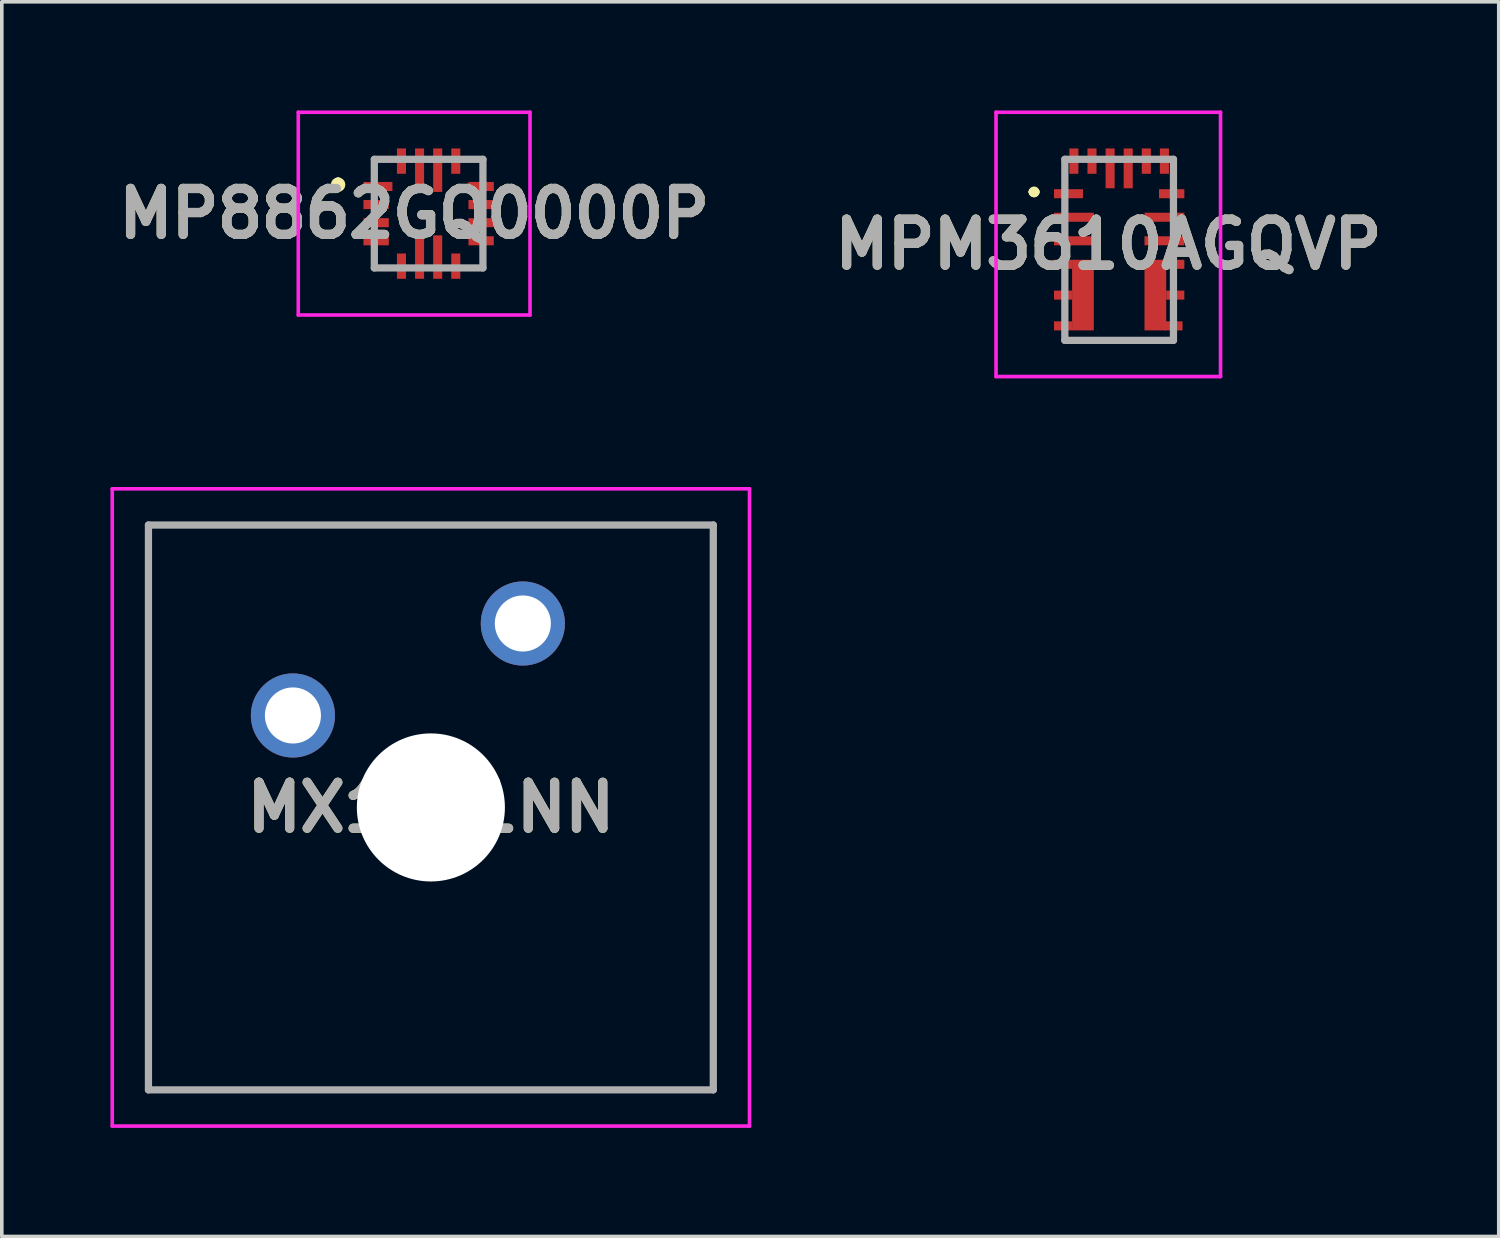
<source format=kicad_pcb>
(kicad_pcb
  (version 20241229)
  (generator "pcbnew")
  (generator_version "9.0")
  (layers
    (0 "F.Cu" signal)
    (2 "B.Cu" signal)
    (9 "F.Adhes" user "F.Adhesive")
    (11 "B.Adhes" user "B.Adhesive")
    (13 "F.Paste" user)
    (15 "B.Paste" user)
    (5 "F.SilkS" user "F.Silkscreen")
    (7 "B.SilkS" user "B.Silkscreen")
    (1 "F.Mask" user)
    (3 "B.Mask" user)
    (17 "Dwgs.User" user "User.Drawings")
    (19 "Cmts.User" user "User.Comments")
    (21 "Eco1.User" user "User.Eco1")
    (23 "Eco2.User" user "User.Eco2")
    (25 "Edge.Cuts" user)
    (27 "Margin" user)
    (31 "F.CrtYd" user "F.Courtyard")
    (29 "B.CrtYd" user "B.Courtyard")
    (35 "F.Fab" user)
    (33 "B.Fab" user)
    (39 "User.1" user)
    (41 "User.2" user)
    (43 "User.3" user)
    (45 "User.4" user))
  (footprint "MP8862GQ0000P"
    (layer "F.Cu")
    (at 8.788 2.85)
    (property "Reference" "MP8862GQ0000P" (at -0.4 0 0) (layer "F.SilkS") (effects (font (size 1.27 1.27) (thickness 0.254))))
    (attr smd)
    (fp_line (start -2.5 -0.9) (end -2.5 -0.9) (stroke (width 0.2) (type solid)) (layer "F.SilkS"))
    (fp_line (start -2.5 -0.7) (end -2.5 -0.7) (stroke (width 0.2) (type solid)) (layer "F.SilkS"))
    (fp_line (start -1.5 -1.5) (end -1.5 -1.2) (stroke (width 0.1) (type solid)) (layer "F.SilkS"))
    (fp_line (start -1.5 1.5) (end -1.5 1.2) (stroke (width 0.1) (type solid)) (layer "F.SilkS"))
    (fp_line (start -1.2 -1.5) (end -1.5 -1.5) (stroke (width 0.1) (type solid)) (layer "F.SilkS"))
    (fp_line (start -1.2 1.5) (end -1.5 1.5) (stroke (width 0.1) (type solid)) (layer "F.SilkS"))
    (fp_line (start 1.2 -1.5) (end 1.5 -1.5) (stroke (width 0.1) (type solid)) (layer "F.SilkS"))
    (fp_line (start 1.2 1.5) (end 1.5 1.5) (stroke (width 0.1) (type solid)) (layer "F.SilkS"))
    (fp_line (start 1.5 -1.5) (end 1.5 -1.2) (stroke (width 0.1) (type solid)) (layer "F.SilkS"))
    (fp_line (start 1.5 1.5) (end 1.5 1.2) (stroke (width 0.1) (type solid)) (layer "F.SilkS"))
    (fp_arc (start -2.5 -0.9) (mid -2.4 -0.8) (end -2.5 -0.7) (stroke (width 0.2) (type solid)) (layer "F.SilkS"))
    (fp_arc (start -2.5 -0.7) (mid -2.6 -0.8) (end -2.5 -0.9) (stroke (width 0.2) (type solid)) (layer "F.SilkS"))
    (fp_line (start -3.6 -2.8) (end 2.8 -2.8) (stroke (width 0.1) (type solid)) (layer "F.CrtYd"))
    (fp_line (start -3.6 2.8) (end -3.6 -2.8) (stroke (width 0.1) (type solid)) (layer "F.CrtYd"))
    (fp_line (start 2.8 -2.8) (end 2.8 2.8) (stroke (width 0.1) (type solid)) (layer "F.CrtYd"))
    (fp_line (start 2.8 2.8) (end -3.6 2.8) (stroke (width 0.1) (type solid)) (layer "F.CrtYd"))
    (fp_line (start -1.5 -1.5) (end 1.5 -1.5) (stroke (width 0.2) (type solid)) (layer "F.Fab"))
    (fp_line (start -1.5 1.5) (end -1.5 -1.5) (stroke (width 0.2) (type solid)) (layer "F.Fab"))
    (fp_line (start 1.5 -1.5) (end 1.5 1.5) (stroke (width 0.2) (type solid)) (layer "F.Fab"))
    (fp_line (start 1.5 1.5) (end -1.5 1.5) (stroke (width 0.2) (type solid)) (layer "F.Fab"))
    (fp_text user "${REFERENCE}" (at -0.4 0 0) (layer "F.Fab") (effects (font (size 1.27 1.27) (thickness 0.254))))
    (pad "1" smd rect (at -1.4 -0.75 90) (size 0.25 0.8) (layers "F.Cu" "F.Mask" "F.Paste"))
    (pad "2" smd rect (at -1.45 -0.25 90) (size 0.25 0.7) (layers "F.Cu" "F.Mask" "F.Paste"))
    (pad "3" smd rect (at -1.45 0.25 90) (size 0.25 0.7) (layers "F.Cu" "F.Mask" "F.Paste"))
    (pad "4" smd rect (at -1.45 0.75 90) (size 0.25 0.7) (layers "F.Cu" "F.Mask" "F.Paste"))
    (pad "5" smd rect (at -0.75 1.45) (size 0.25 0.7) (layers "F.Cu" "F.Mask" "F.Paste"))
    (pad "6" smd rect (at -0.25 1.2) (size 0.25 1.2) (layers "F.Cu" "F.Mask" "F.Paste"))
    (pad "7" smd rect (at 0.25 1.2) (size 0.25 1.2) (layers "F.Cu" "F.Mask" "F.Paste"))
    (pad "8" smd rect (at 0.75 1.45) (size 0.25 0.7) (layers "F.Cu" "F.Mask" "F.Paste"))
    (pad "9" smd rect (at 1.45 0.75 90) (size 0.25 0.7) (layers "F.Cu" "F.Mask" "F.Paste"))
    (pad "10" smd rect (at 1.45 0.25 90) (size 0.25 0.7) (layers "F.Cu" "F.Mask" "F.Paste"))
    (pad "11" smd rect (at 1.45 -0.25 90) (size 0.25 0.7) (layers "F.Cu" "F.Mask" "F.Paste"))
    (pad "12" smd rect (at 1.45 -0.75 90) (size 0.25 0.7) (layers "F.Cu" "F.Mask" "F.Paste"))
    (pad "13" smd rect (at 0.75 -1.45) (size 0.25 0.7) (layers "F.Cu" "F.Mask" "F.Paste"))
    (pad "14" smd rect (at 0.25 -1.2) (size 0.25 1.2) (layers "F.Cu" "F.Mask" "F.Paste"))
    (pad "15" smd rect (at -0.25 -1.2) (size 0.25 1.2) (layers "F.Cu" "F.Mask" "F.Paste"))
    (pad "16" smd rect (at -0.75 -1.45) (size 0.25 0.7) (layers "F.Cu" "F.Mask" "F.Paste")))
  (footprint "MX1AC1NN"
    (layer "F.Cu")
    (at 5.04 16.71)
    (property "Reference" "MX1AC1NN" (at 3.81 2.54 0) (layer "F.SilkS") (effects (font (size 1.27 1.27) (thickness 0.254))))
    (attr through_hole)
    (fp_line (start -3.99 -5.26) (end 11.61 -5.26) (stroke (width 0.1) (type solid)) (layer "F.SilkS"))
    (fp_line (start -3.99 10.34) (end -3.99 -5.26) (stroke (width 0.1) (type solid)) (layer "F.SilkS"))
    (fp_line (start 11.61 -5.26) (end 11.61 10.34) (stroke (width 0.1) (type solid)) (layer "F.SilkS"))
    (fp_line (start 11.61 10.34) (end -3.99 10.34) (stroke (width 0.1) (type solid)) (layer "F.SilkS"))
    (fp_line (start -4.99 -6.26) (end 12.61 -6.26) (stroke (width 0.1) (type solid)) (layer "F.CrtYd"))
    (fp_line (start -4.99 11.34) (end -4.99 -6.26) (stroke (width 0.1) (type solid)) (layer "F.CrtYd"))
    (fp_line (start 12.61 -6.26) (end 12.61 11.34) (stroke (width 0.1) (type solid)) (layer "F.CrtYd"))
    (fp_line (start 12.61 11.34) (end -4.99 11.34) (stroke (width 0.1) (type solid)) (layer "F.CrtYd"))
    (fp_line (start -3.99 -5.26) (end 11.61 -5.26) (stroke (width 0.2) (type solid)) (layer "F.Fab"))
    (fp_line (start -3.99 10.34) (end -3.99 -5.26) (stroke (width 0.2) (type solid)) (layer "F.Fab"))
    (fp_line (start 11.61 -5.26) (end 11.61 10.34) (stroke (width 0.2) (type solid)) (layer "F.Fab"))
    (fp_line (start 11.61 10.34) (end -3.99 10.34) (stroke (width 0.2) (type solid)) (layer "F.Fab"))
    (fp_text user "${REFERENCE}" (at 3.81 2.54 0) (layer "F.Fab") (effects (font (size 1.27 1.27) (thickness 0.254))))
    (pad "" np_thru_hole circle (at 3.81 2.54) (size 4.089 4.089) (drill 4.089) (layers "*.Cu" "*.Mask"))
    (pad "1" thru_hole circle (at 0 0) (size 2.324 2.324) (drill 1.549) (layers "*.Cu" "*.Mask"))
    (pad "2" thru_hole circle (at 6.35 -2.54) (size 2.324 2.324) (drill 1.549) (layers "*.Cu" "*.Mask")))
  (footprint "MPM3610AGQVP"
    (layer "F.Cu")
    (at 27.859 3.85)
    (property "Reference" "MPM3610AGQVP" (at -0.3 -0.15 0) (layer "F.SilkS") (effects (font (size 1.27 1.27) (thickness 0.254))))
    (attr smd)
    (fp_line (start -2.4 -1.6) (end -2.4 -1.6) (stroke (width 0.2) (type solid)) (layer "F.SilkS"))
    (fp_line (start -2.4 -1.6) (end -2.4 -1.6) (stroke (width 0.2) (type solid)) (layer "F.SilkS"))
    (fp_line (start -2.3 -1.6) (end -2.3 -1.6) (stroke (width 0.2) (type solid)) (layer "F.SilkS"))
    (fp_line (start -1.4 2.5) (end -1.4 2.5) (stroke (width 0.1) (type solid)) (layer "F.SilkS"))
    (fp_line (start -1.4 2.5) (end 1.45 2.5) (stroke (width 0.1) (type solid)) (layer "F.SilkS"))
    (fp_line (start 1.45 2.5) (end -1.4 2.5) (stroke (width 0.1) (type solid)) (layer "F.SilkS"))
    (fp_line (start 1.45 2.5) (end 1.45 2.5) (stroke (width 0.1) (type solid)) (layer "F.SilkS"))
    (fp_arc (start -2.4 -1.6) (mid -2.35 -1.65) (end -2.3 -1.6) (stroke (width 0.2) (type solid)) (layer "F.SilkS"))
    (fp_arc (start -2.3 -1.6) (mid -2.35 -1.55) (end -2.4 -1.6) (stroke (width 0.2) (type solid)) (layer "F.SilkS"))
    (fp_arc (start -2.3 -1.6) (mid -2.35 -1.55) (end -2.4 -1.6) (stroke (width 0.2) (type solid)) (layer "F.SilkS"))
    (fp_line (start -3.4 -3.8) (end 2.8 -3.8) (stroke (width 0.1) (type solid)) (layer "F.CrtYd"))
    (fp_line (start -3.4 3.5) (end -3.4 -3.8) (stroke (width 0.1) (type solid)) (layer "F.CrtYd"))
    (fp_line (start 2.8 -3.8) (end 2.8 3.5) (stroke (width 0.1) (type solid)) (layer "F.CrtYd"))
    (fp_line (start 2.8 3.5) (end -3.4 3.5) (stroke (width 0.1) (type solid)) (layer "F.CrtYd"))
    (fp_line (start -1.5 -2.5) (end -1.5 2.5) (stroke (width 0.2) (type solid)) (layer "F.Fab"))
    (fp_line (start -1.5 2.5) (end 1.5 2.5) (stroke (width 0.2) (type solid)) (layer "F.Fab"))
    (fp_line (start 1.5 -2.5) (end -1.5 -2.5) (stroke (width 0.2) (type solid)) (layer "F.Fab"))
    (fp_line (start 1.5 2.5) (end 1.5 -2.5) (stroke (width 0.2) (type solid)) (layer "F.Fab"))
    (fp_text user "${REFERENCE}" (at -0.3 -0.15 0) (layer "F.Fab") (effects (font (size 1.27 1.27) (thickness 0.254))))
    (pad "1" smd rect (at -1.4 -1.55 90) (size 0.25 0.8) (layers "F.Cu" "F.Mask" "F.Paste"))
    (pad "2" smd rect (at -1.25 -0.9 90) (size 0.25 1.1) (layers "F.Cu" "F.Mask" "F.Paste"))
    (pad "3" smd rect (at -1.25 -0.25 90) (size 0.25 1.1) (layers "F.Cu" "F.Mask" "F.Paste"))
    (pad "4" smd rect (at -1.55 0.4 90) (size 0.25 0.5) (layers "F.Cu" "F.Mask" "F.Paste"))
    (pad "5" smd rect (at -1.55 1.25 90) (size 0.25 0.5) (layers "F.Cu" "F.Mask" "F.Paste"))
    (pad "6" smd rect (at -1.55 2.1 90) (size 0.25 0.5) (layers "F.Cu" "F.Mask" "F.Paste"))
    (pad "7" smd rect (at 1.5 2.1 90) (size 0.25 0.5) (layers "F.Cu" "F.Mask" "F.Paste"))
    (pad "8" smd rect (at 1.55 1.25 90) (size 0.25 0.5) (layers "F.Cu" "F.Mask" "F.Paste"))
    (pad "9" smd rect (at 1.55 0.4 90) (size 0.25 0.5) (layers "F.Cu" "F.Mask" "F.Paste"))
    (pad "10" smd rect (at 1.25 -0.25 90) (size 0.25 1.1) (layers "F.Cu" "F.Mask" "F.Paste"))
    (pad "11" smd rect (at 1.25 -0.9 90) (size 0.25 1.1) (layers "F.Cu" "F.Mask" "F.Paste"))
    (pad "12" smd rect (at 1.45 -1.55 90) (size 0.25 0.7) (layers "F.Cu" "F.Mask" "F.Paste"))
    (pad "13" smd rect (at 1.25 -2.45) (size 0.25 0.7) (layers "F.Cu" "F.Mask" "F.Paste"))
    (pad "14" smd rect (at 0.75 -2.45) (size 0.25 0.7) (layers "F.Cu" "F.Mask" "F.Paste"))
    (pad "15" smd rect (at 0.25 -2.25) (size 0.25 1.1) (layers "F.Cu" "F.Mask" "F.Paste"))
    (pad "16" smd rect (at -0.25 -2.25) (size 0.25 1.1) (layers "F.Cu" "F.Mask" "F.Paste"))
    (pad "17" smd rect (at -0.75 -2.45) (size 0.25 0.7) (layers "F.Cu" "F.Mask" "F.Paste"))
    (pad "18" smd rect (at -1.25 -2.45) (size 0.25 0.7) (layers "F.Cu" "F.Mask" "F.Paste"))
    (pad "19" smd rect (at -1 1.25) (size 0.6 1.95) (layers "F.Cu" "F.Mask" "F.Paste"))
    (pad "20" smd rect (at 1 1.25) (size 0.6 1.95) (layers "F.Cu" "F.Mask" "F.Paste")))
  (gr_rect
    (start -3 -3)
    (end 38.343 31.1)
    (stroke (width 0.1) (type default))
    (fill no)
    (layer "Edge.Cuts")))
</source>
